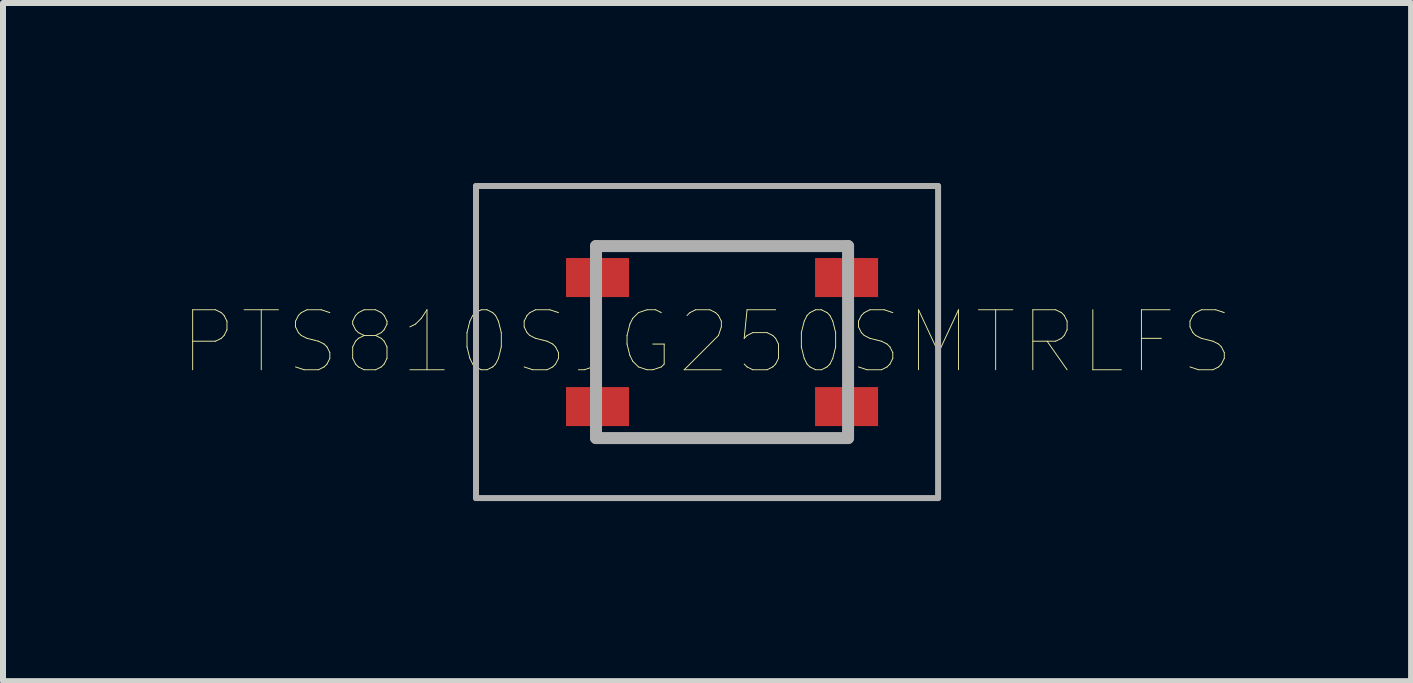
<source format=kicad_pcb>
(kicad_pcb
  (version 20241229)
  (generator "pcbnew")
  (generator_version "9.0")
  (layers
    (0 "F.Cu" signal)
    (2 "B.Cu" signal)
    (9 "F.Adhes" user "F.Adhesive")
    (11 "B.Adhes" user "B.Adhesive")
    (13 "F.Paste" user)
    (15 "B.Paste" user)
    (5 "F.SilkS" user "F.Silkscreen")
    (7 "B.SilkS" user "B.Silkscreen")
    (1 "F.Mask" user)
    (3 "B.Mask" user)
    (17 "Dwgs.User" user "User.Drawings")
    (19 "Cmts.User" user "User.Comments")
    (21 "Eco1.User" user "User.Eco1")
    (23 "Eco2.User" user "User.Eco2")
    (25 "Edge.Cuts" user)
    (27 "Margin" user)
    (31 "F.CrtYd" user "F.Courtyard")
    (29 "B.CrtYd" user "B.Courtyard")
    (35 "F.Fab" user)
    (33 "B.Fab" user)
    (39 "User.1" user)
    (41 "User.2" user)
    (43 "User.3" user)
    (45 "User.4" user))
  (footprint "PTS810SJG250SMTRLFS"
    (layer "F.Cu")
    (at 8.982 2.65)
    (property "Reference" "PTS810SJG250SMTRLFS" (at -0.25 0 0) (layer "F.SilkS") (effects (font (size 1 1) (thickness 0.015))))
    (attr through_hole)
    (fp_line (start -4.1 -2.6) (end 3.6 -2.6) (stroke (width 0.1) (type solid)) (layer "F.Fab"))
    (fp_line (start -4.1 2.6) (end -4.1 -2.6) (stroke (width 0.1) (type solid)) (layer "F.Fab"))
    (fp_line (start -2.1 -1.6) (end 2.075 -1.6) (stroke (width 0.1) (type solid)) (layer "F.Fab"))
    (fp_line (start -2.1 -1.6) (end 2.1 -1.6) (stroke (width 0.2) (type solid)) (layer "F.Fab"))
    (fp_line (start -2.1 1.6) (end -2.1 -1.6) (stroke (width 0.2) (type solid)) (layer "F.Fab"))
    (fp_line (start -2.1 1.6) (end 2.075 1.6) (stroke (width 0.1) (type solid)) (layer "F.Fab"))
    (fp_line (start 2.1 -1.6) (end 2.1 1.6) (stroke (width 0.2) (type solid)) (layer "F.Fab"))
    (fp_line (start 2.1 1.6) (end -2.1 1.6) (stroke (width 0.2) (type solid)) (layer "F.Fab"))
    (fp_line (start 3.6 -2.6) (end 3.6 2.6) (stroke (width 0.1) (type solid)) (layer "F.Fab"))
    (fp_line (start 3.6 2.6) (end -4.1 2.6) (stroke (width 0.1) (type solid)) (layer "F.Fab"))
    (pad "1" smd rect (at -2.075 -1.075) (size 1.05 0.65) (layers "F.Cu" "F.Mask" "F.Paste"))
    (pad "2" smd rect (at 2.075 -1.075) (size 1.05 0.65) (layers "F.Cu" "F.Mask" "F.Paste"))
    (pad "3" smd rect (at -2.075 1.075) (size 1.05 0.65) (layers "F.Cu" "F.Mask" "F.Paste"))
    (pad "4" smd rect (at 2.075 1.075) (size 1.05 0.65) (layers "F.Cu" "F.Mask" "F.Paste")))
  (gr_rect
    (start -3 -3)
    (end 20.464 8.3)
    (stroke (width 0.1) (type default))
    (fill no)
    (layer "Edge.Cuts")))
</source>
